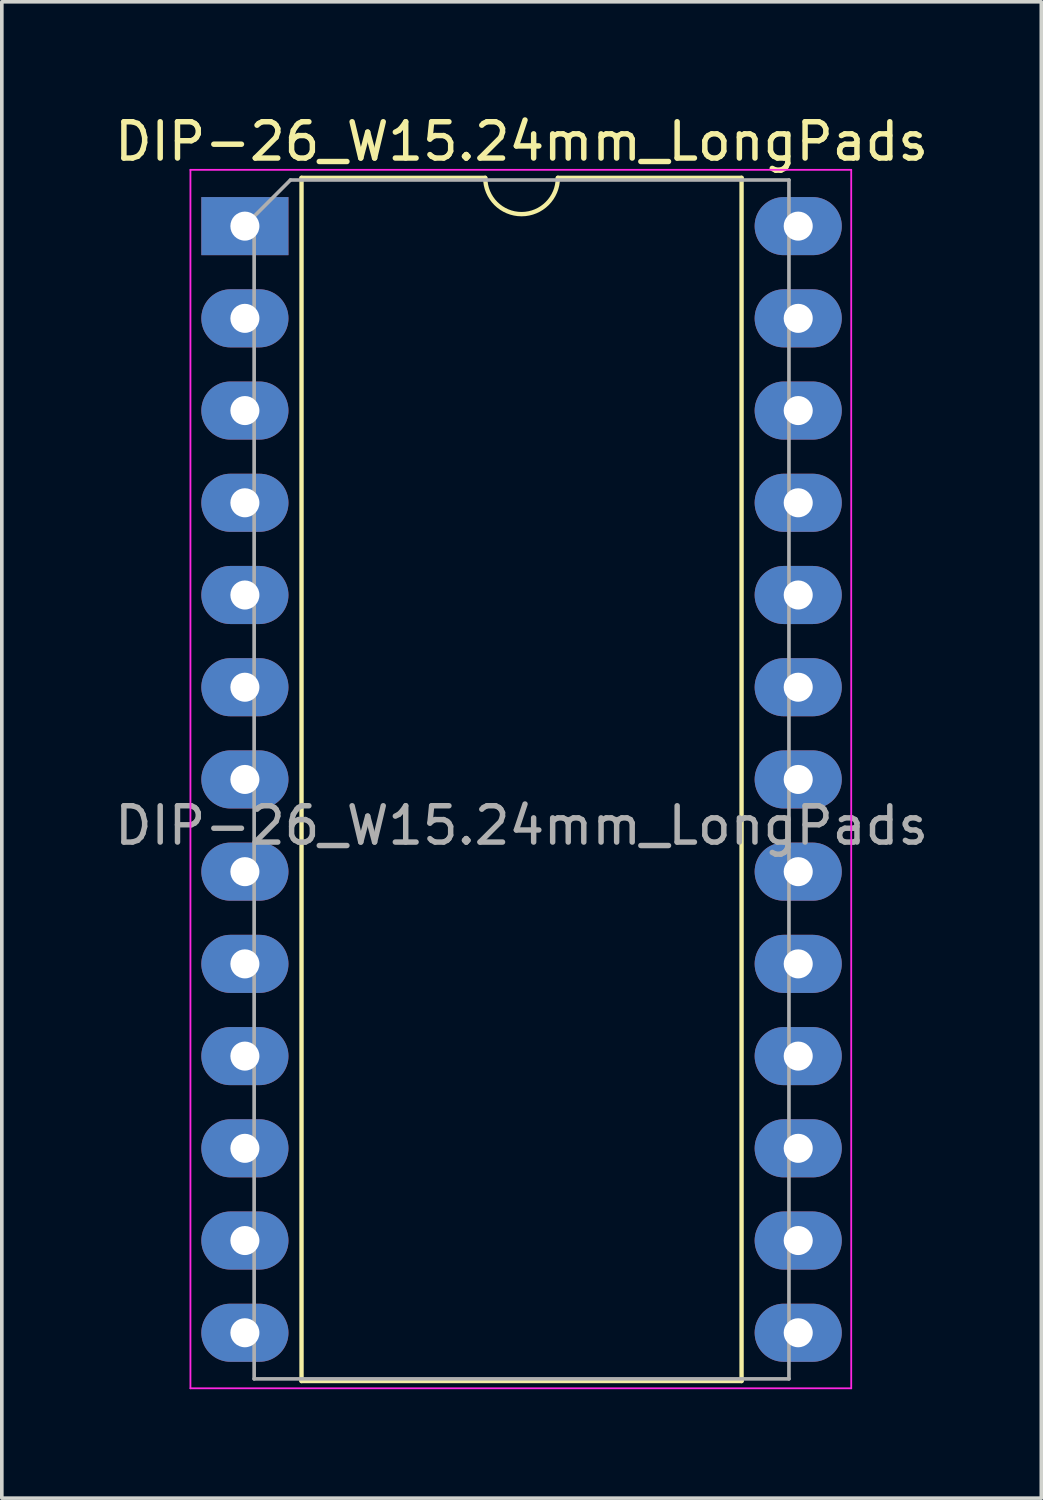
<source format=kicad_pcb>
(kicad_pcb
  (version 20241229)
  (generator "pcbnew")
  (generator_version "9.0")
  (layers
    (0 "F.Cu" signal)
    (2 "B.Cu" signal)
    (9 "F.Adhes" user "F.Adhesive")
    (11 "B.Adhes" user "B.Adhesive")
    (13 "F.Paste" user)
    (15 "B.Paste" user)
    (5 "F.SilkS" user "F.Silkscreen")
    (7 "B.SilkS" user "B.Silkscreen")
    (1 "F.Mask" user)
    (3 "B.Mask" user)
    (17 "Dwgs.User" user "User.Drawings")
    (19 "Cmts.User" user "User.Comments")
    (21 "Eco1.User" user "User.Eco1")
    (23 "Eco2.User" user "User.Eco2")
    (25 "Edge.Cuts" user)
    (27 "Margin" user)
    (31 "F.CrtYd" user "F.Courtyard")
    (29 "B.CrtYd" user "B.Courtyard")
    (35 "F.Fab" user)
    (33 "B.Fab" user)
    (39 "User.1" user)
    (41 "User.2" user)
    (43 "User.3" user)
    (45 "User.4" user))
  (footprint "DIP-26_W15.24mm_LongPads"
    (layer "F.Cu")
    (at 3.695 3.178)
    (property "Reference" "DIP-26_W15.24mm_LongPads" (at 7.62 -2.33 0) (layer "F.SilkS") (effects (font (size 1 1) (thickness 0.15))))
    (attr through_hole)
    (fp_line (start 1.56 -1.33) (end 1.56 31.81) (stroke (width 0.12) (type solid)) (layer "F.SilkS"))
    (fp_line (start 1.56 31.81) (end 13.68 31.81) (stroke (width 0.12) (type solid)) (layer "F.SilkS"))
    (fp_line (start 6.62 -1.33) (end 1.56 -1.33) (stroke (width 0.12) (type solid)) (layer "F.SilkS"))
    (fp_line (start 13.68 -1.33) (end 8.62 -1.33) (stroke (width 0.12) (type solid)) (layer "F.SilkS"))
    (fp_line (start 13.68 31.81) (end 13.68 -1.33) (stroke (width 0.12) (type solid)) (layer "F.SilkS"))
    (fp_arc (start 8.62 -1.33) (mid 7.62 -0.33) (end 6.62 -1.33) (stroke (width 0.12) (type solid)) (layer "F.SilkS"))
    (fp_line (start -1.5 -1.55) (end -1.5 32.01) (stroke (width 0.05) (type solid)) (layer "F.CrtYd"))
    (fp_line (start -1.5 32.01) (end 16.7 32.01) (stroke (width 0.05) (type solid)) (layer "F.CrtYd"))
    (fp_line (start 16.7 -1.55) (end -1.5 -1.55) (stroke (width 0.05) (type solid)) (layer "F.CrtYd"))
    (fp_line (start 16.7 32.01) (end 16.7 -1.55) (stroke (width 0.05) (type solid)) (layer "F.CrtYd"))
    (fp_line (start 0.255 -0.27) (end 1.255 -1.27) (stroke (width 0.1) (type solid)) (layer "F.Fab"))
    (fp_line (start 0.255 31.75) (end 0.255 -0.27) (stroke (width 0.1) (type solid)) (layer "F.Fab"))
    (fp_line (start 1.255 -1.27) (end 14.985 -1.27) (stroke (width 0.1) (type solid)) (layer "F.Fab"))
    (fp_line (start 14.985 -1.27) (end 14.985 31.75) (stroke (width 0.1) (type solid)) (layer "F.Fab"))
    (fp_line (start 14.985 31.75) (end 0.255 31.75) (stroke (width 0.1) (type solid)) (layer "F.Fab"))
    (fp_text user "${REFERENCE}" (at 7.62 16.51 0) (layer "F.Fab") (effects (font (size 1 1) (thickness 0.15))))
    (pad "1" thru_hole rect (at 0 0) (size 2.4 1.6) (drill 0.8) (layers "*.Cu" "*.Mask"))
    (pad "2" thru_hole oval (at 0 2.54) (size 2.4 1.6) (drill 0.8) (layers "*.Cu" "*.Mask"))
    (pad "3" thru_hole oval (at 0 5.08) (size 2.4 1.6) (drill 0.8) (layers "*.Cu" "*.Mask"))
    (pad "4" thru_hole oval (at 0 7.62) (size 2.4 1.6) (drill 0.8) (layers "*.Cu" "*.Mask"))
    (pad "5" thru_hole oval (at 0 10.16) (size 2.4 1.6) (drill 0.8) (layers "*.Cu" "*.Mask"))
    (pad "6" thru_hole oval (at 0 12.7) (size 2.4 1.6) (drill 0.8) (layers "*.Cu" "*.Mask"))
    (pad "7" thru_hole oval (at 0 15.24) (size 2.4 1.6) (drill 0.8) (layers "*.Cu" "*.Mask"))
    (pad "8" thru_hole oval (at 0 17.78) (size 2.4 1.6) (drill 0.8) (layers "*.Cu" "*.Mask"))
    (pad "9" thru_hole oval (at 0 20.32) (size 2.4 1.6) (drill 0.8) (layers "*.Cu" "*.Mask"))
    (pad "10" thru_hole oval (at 0 22.86) (size 2.4 1.6) (drill 0.8) (layers "*.Cu" "*.Mask"))
    (pad "11" thru_hole oval (at 0 25.4) (size 2.4 1.6) (drill 0.8) (layers "*.Cu" "*.Mask"))
    (pad "12" thru_hole oval (at 0 27.94) (size 2.4 1.6) (drill 0.8) (layers "*.Cu" "*.Mask"))
    (pad "13" thru_hole oval (at 0 30.48) (size 2.4 1.6) (drill 0.8) (layers "*.Cu" "*.Mask"))
    (pad "14" thru_hole oval (at 15.24 30.48) (size 2.4 1.6) (drill 0.8) (layers "*.Cu" "*.Mask"))
    (pad "15" thru_hole oval (at 15.24 27.94) (size 2.4 1.6) (drill 0.8) (layers "*.Cu" "*.Mask"))
    (pad "16" thru_hole oval (at 15.24 25.4) (size 2.4 1.6) (drill 0.8) (layers "*.Cu" "*.Mask"))
    (pad "17" thru_hole oval (at 15.24 22.86) (size 2.4 1.6) (drill 0.8) (layers "*.Cu" "*.Mask"))
    (pad "18" thru_hole oval (at 15.24 20.32) (size 2.4 1.6) (drill 0.8) (layers "*.Cu" "*.Mask"))
    (pad "19" thru_hole oval (at 15.24 17.78) (size 2.4 1.6) (drill 0.8) (layers "*.Cu" "*.Mask"))
    (pad "20" thru_hole oval (at 15.24 15.24) (size 2.4 1.6) (drill 0.8) (layers "*.Cu" "*.Mask"))
    (pad "21" thru_hole oval (at 15.24 12.7) (size 2.4 1.6) (drill 0.8) (layers "*.Cu" "*.Mask"))
    (pad "22" thru_hole oval (at 15.24 10.16) (size 2.4 1.6) (drill 0.8) (layers "*.Cu" "*.Mask"))
    (pad "23" thru_hole oval (at 15.24 7.62) (size 2.4 1.6) (drill 0.8) (layers "*.Cu" "*.Mask"))
    (pad "24" thru_hole oval (at 15.24 5.08) (size 2.4 1.6) (drill 0.8) (layers "*.Cu" "*.Mask"))
    (pad "25" thru_hole oval (at 15.24 2.54) (size 2.4 1.6) (drill 0.8) (layers "*.Cu" "*.Mask"))
    (pad "26" thru_hole oval (at 15.24 0) (size 2.4 1.6) (drill 0.8) (layers "*.Cu" "*.Mask")))
  (gr_rect
    (start -3 -3)
    (end 25.631 38.213)
    (stroke (width 0.1) (type default))
    (fill no)
    (layer "Edge.Cuts")))
</source>
